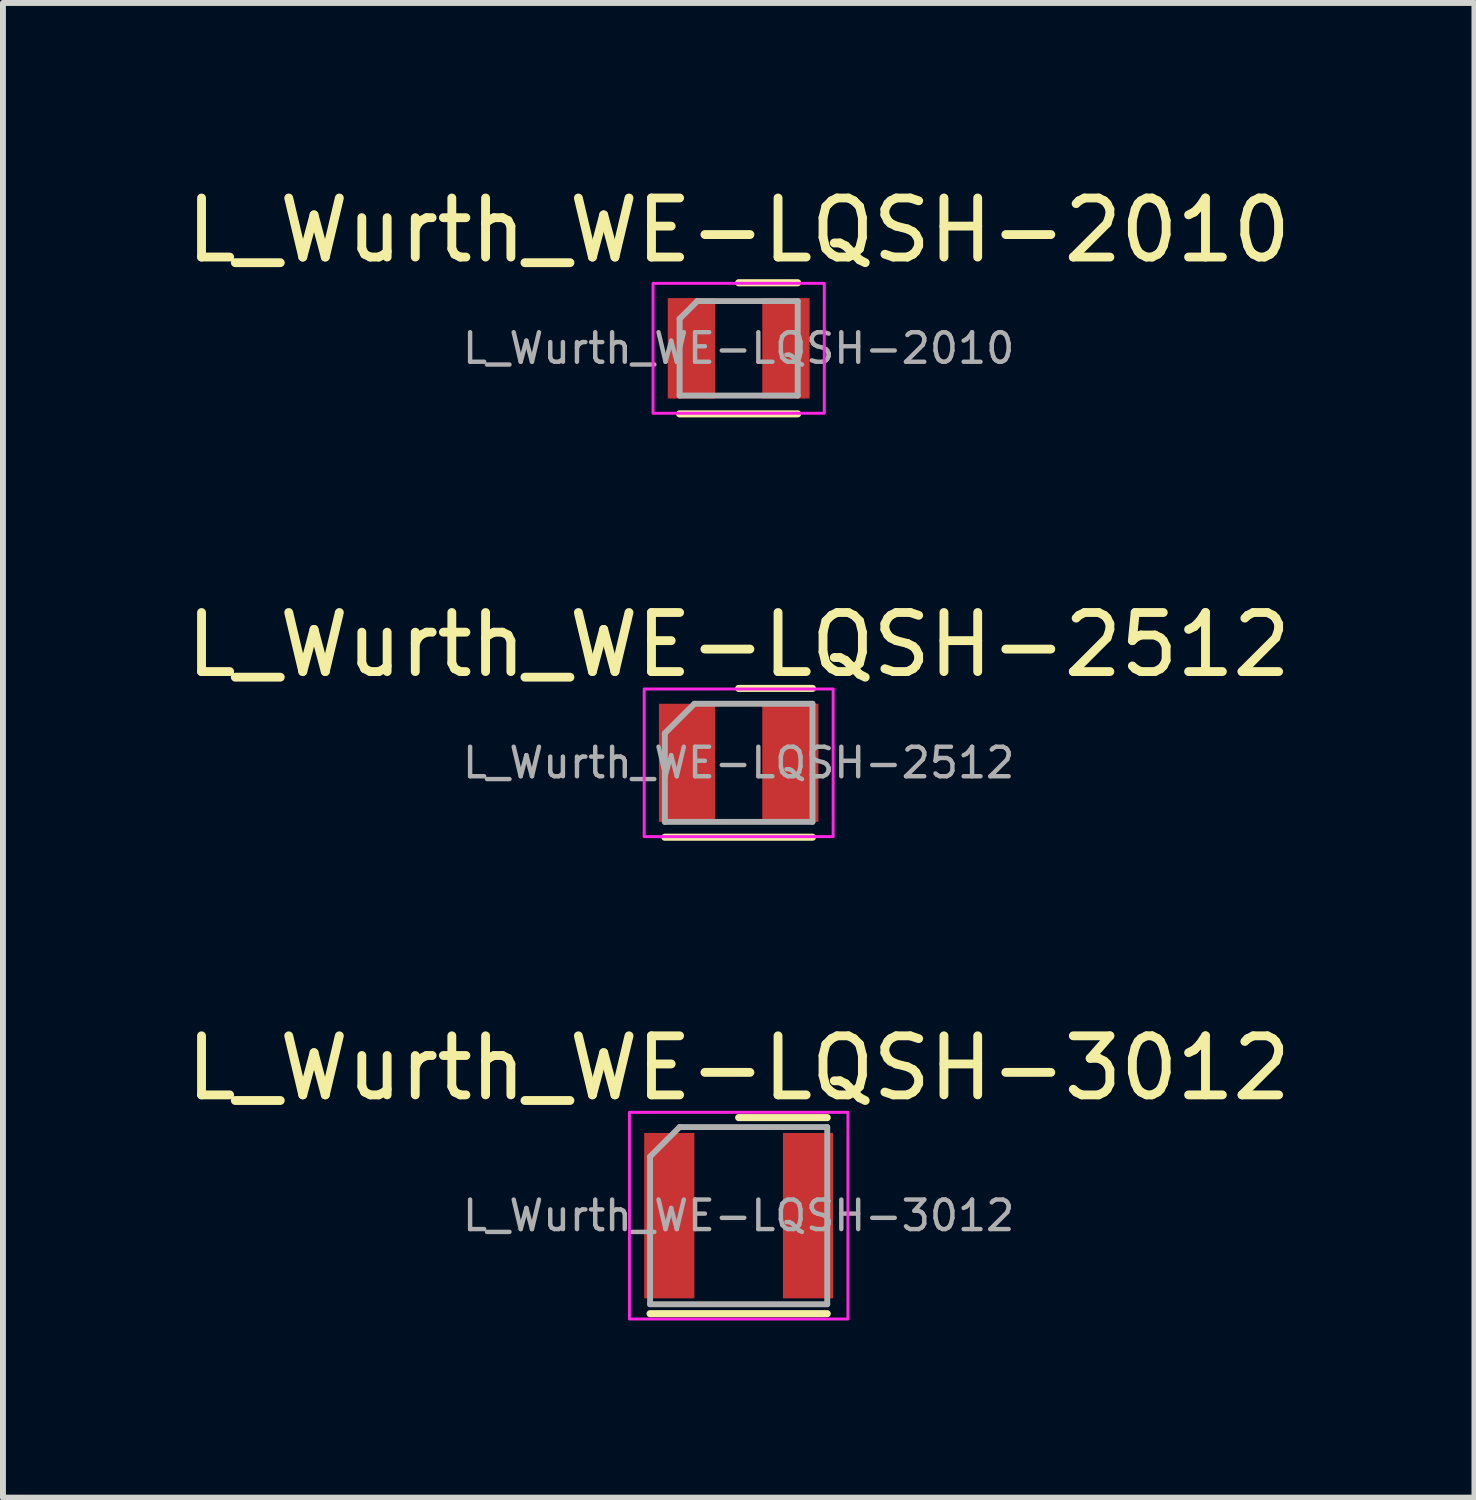
<source format=kicad_pcb>
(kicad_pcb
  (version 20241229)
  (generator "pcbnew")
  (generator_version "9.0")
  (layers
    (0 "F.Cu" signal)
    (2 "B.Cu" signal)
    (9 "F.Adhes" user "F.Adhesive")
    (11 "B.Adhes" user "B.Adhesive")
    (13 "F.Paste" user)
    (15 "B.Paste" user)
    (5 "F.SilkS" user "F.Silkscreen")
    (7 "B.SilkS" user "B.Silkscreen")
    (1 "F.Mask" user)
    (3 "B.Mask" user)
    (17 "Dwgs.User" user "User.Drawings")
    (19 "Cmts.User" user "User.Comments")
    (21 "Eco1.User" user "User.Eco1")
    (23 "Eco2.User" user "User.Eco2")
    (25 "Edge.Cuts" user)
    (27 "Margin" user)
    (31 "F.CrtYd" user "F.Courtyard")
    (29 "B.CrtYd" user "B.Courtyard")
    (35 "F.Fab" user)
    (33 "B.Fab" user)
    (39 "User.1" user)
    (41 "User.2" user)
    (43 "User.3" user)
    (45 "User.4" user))
  (footprint "L_Wurth_WE-LQSH-3012"
    (layer "F.Cu")
    (at 9.458 17.535)
    (property "Reference" "L_Wurth_WE-LQSH-3012" (at 0 -2.5 0) (unlocked yes) (layer "F.SilkS") (effects (font (size 1 1) (thickness 0.15))))
    (attr smd)
    (fp_line (start -1.5 1.66) (end 1.5 1.66) (stroke (width 0.12) (type solid)) (layer "F.SilkS"))
    (fp_line (start 0 -1.66) (end 1.5 -1.66) (stroke (width 0.12) (type solid)) (layer "F.SilkS"))
    (fp_rect (start -1.85 -1.75) (end 1.85 1.75) (stroke (width 0.05) (type solid)) (fill no) (layer "F.CrtYd"))
    (fp_line (start -1.5 -1) (end -1.5 1.5) (stroke (width 0.1) (type solid)) (layer "F.Fab"))
    (fp_line (start -1.5 -1) (end -1 -1.5) (stroke (width 0.1) (type solid)) (layer "F.Fab"))
    (fp_line (start -1.5 1.5) (end 1.5 1.5) (stroke (width 0.1) (type solid)) (layer "F.Fab"))
    (fp_line (start -1 -1.5) (end 1.5 -1.5) (stroke (width 0.1) (type solid)) (layer "F.Fab"))
    (fp_line (start 1.5 -1.5) (end 1.5 1.5) (stroke (width 0.1) (type solid)) (layer "F.Fab"))
    (fp_text user "${REFERENCE}" (at 0 0 0) (unlocked yes) (layer "F.Fab") (effects (font (size 0.5 0.5) (thickness 0.075))))
    (pad "1" smd rect (at -1.175 0) (size 0.85 2.8) (layers "F.Cu" "F.Mask" "F.Paste"))
    (pad "2" smd rect (at 1.175 0) (size 0.85 2.8) (layers "F.Cu" "F.Mask" "F.Paste")))
  (footprint "L_Wurth_WE-LQSH-2512"
    (layer "F.Cu")
    (at 9.458 9.867)
    (property "Reference" "L_Wurth_WE-LQSH-2512" (at 0 -2 0) (unlocked yes) (layer "F.SilkS") (effects (font (size 1 1) (thickness 0.15))))
    (attr smd)
    (fp_line (start -1.25 1.26) (end 1.25 1.26) (stroke (width 0.12) (type solid)) (layer "F.SilkS"))
    (fp_line (start 0 -1.26) (end 1.25 -1.26) (stroke (width 0.12) (type solid)) (layer "F.SilkS"))
    (fp_rect (start -1.6 -1.25) (end 1.6 1.25) (stroke (width 0.05) (type solid)) (fill no) (layer "F.CrtYd"))
    (fp_line (start -1.25 -0.5) (end -1.25 1) (stroke (width 0.1) (type solid)) (layer "F.Fab"))
    (fp_line (start -1.25 1) (end 1.25 1) (stroke (width 0.1) (type solid)) (layer "F.Fab"))
    (fp_line (start -0.75 -1) (end -1.25 -0.5) (stroke (width 0.1) (type solid)) (layer "F.Fab"))
    (fp_line (start -0.75 -1) (end 1.25 -1) (stroke (width 0.1) (type solid)) (layer "F.Fab"))
    (fp_line (start 1.25 -1) (end 1.25 1) (stroke (width 0.1) (type solid)) (layer "F.Fab"))
    (fp_text user "${REFERENCE}" (at 0 0 0) (unlocked yes) (layer "F.Fab") (effects (font (size 0.5 0.5) (thickness 0.075))))
    (pad "1" smd rect (at -0.875 0) (size 0.95 2) (layers "F.Cu" "F.Mask" "F.Paste"))
    (pad "2" smd rect (at 0.875 0) (size 0.95 2) (layers "F.Cu" "F.Mask" "F.Paste")))
  (footprint "L_Wurth_WE-LQSH-2010"
    (layer "F.Cu")
    (at 9.458 2.848)
    (property "Reference" "L_Wurth_WE-LQSH-2010" (at 0 -2 0) (unlocked yes) (layer "F.SilkS") (effects (font (size 1 1) (thickness 0.15))))
    (attr smd)
    (fp_line (start -1 1.11) (end 1 1.11) (stroke (width 0.12) (type solid)) (layer "F.SilkS"))
    (fp_line (start 0 -1.11) (end 1 -1.11) (stroke (width 0.12) (type solid)) (layer "F.SilkS"))
    (fp_rect (start -1.45 -1.1) (end 1.45 1.1) (stroke (width 0.05) (type solid)) (fill no) (layer "F.CrtYd"))
    (fp_line (start -1 -0.5) (end -1 0.8) (stroke (width 0.1) (type solid)) (layer "F.Fab"))
    (fp_line (start -1 0.8) (end 1 0.8) (stroke (width 0.1) (type solid)) (layer "F.Fab"))
    (fp_line (start -0.7 -0.8) (end -1 -0.5) (stroke (width 0.1) (type solid)) (layer "F.Fab"))
    (fp_line (start -0.7 -0.8) (end 1 -0.8) (stroke (width 0.1) (type solid)) (layer "F.Fab"))
    (fp_line (start 1 -0.8) (end 1 0.8) (stroke (width 0.1) (type solid)) (layer "F.Fab"))
    (fp_text user "${REFERENCE}" (at 0 0 0) (unlocked yes) (layer "F.Fab") (effects (font (size 0.5 0.5) (thickness 0.075))))
    (pad "1" smd rect (at -0.8 0) (size 0.8 1.7) (layers "F.Cu" "F.Mask" "F.Paste"))
    (pad "2" smd rect (at 0.8 0) (size 0.8 1.7) (layers "F.Cu" "F.Mask" "F.Paste")))
  (gr_rect
    (start -3 -3)
    (end 21.917 22.31)
    (stroke (width 0.1) (type default))
    (fill no)
    (layer "Edge.Cuts")))
</source>
